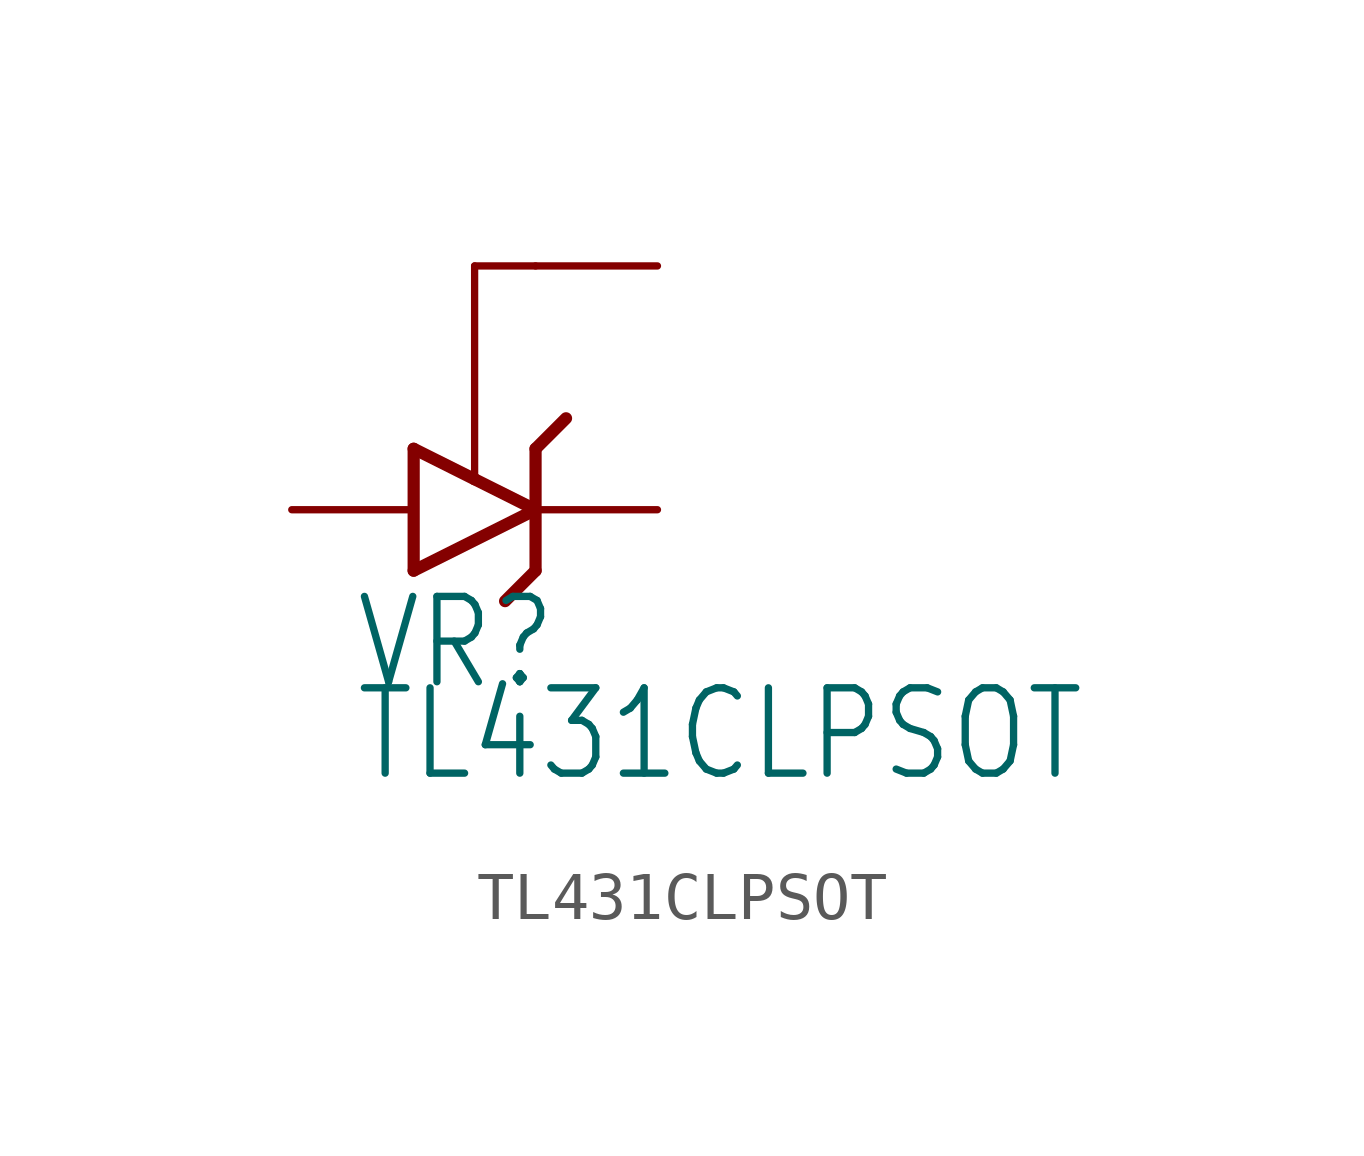
<source format=kicad_sym>
(kicad_symbol_lib
  (version 20211014)
  (generator kicad_symbol_editor)
  (symbol "TL431CLPSOT"
    (property "Reference" "VR"
      (at -3.81 -3.81 0)
      (effects (font (size 1.778 1.511)) (justify left bottom)))
    (property "Value" "TL431CLPSOT"
      (at -3.81 -5.715 0)
      (effects (font (size 1.778 1.511)) (justify left bottom)))
    (property "ki_locked" ""
      (at 0 0 0)
      (effects (font (size 1.27 1.27))))
    (symbol "TL431CLPSOT_1_0"
      (polyline (pts (xy -2.54 -1.27) (xy 0 0)) (stroke (width 0.254) (type default) (color 0 0 0 0)) (fill (type none)))
      (polyline (pts (xy -2.54 1.27) (xy -2.54 -1.27)) (stroke (width 0.254) (type default) (color 0 0 0 0)) (fill (type none)))
      (polyline (pts (xy -1.27 0.635) (xy -2.54 1.27)) (stroke (width 0.254) (type default) (color 0 0 0 0)) (fill (type none)))
      (polyline (pts (xy -1.27 5.08) (xy -1.27 0.635)) (stroke (width 0.152) (type default) (color 0 0 0 0)) (fill (type none)))
      (polyline (pts (xy 0 -1.27) (xy -0.635 -1.905)) (stroke (width 0.254) (type default) (color 0 0 0 0)) (fill (type none)))
      (polyline (pts (xy 0 0) (xy -1.27 0.635)) (stroke (width 0.254) (type default) (color 0 0 0 0)) (fill (type none)))
      (polyline (pts (xy 0 0) (xy 0 -1.27)) (stroke (width 0.254) (type default) (color 0 0 0 0)) (fill (type none)))
      (polyline (pts (xy 0 1.27) (xy 0 0)) (stroke (width 0.254) (type default) (color 0 0 0 0)) (fill (type none)))
      (polyline (pts (xy 0 1.27) (xy 0.635 1.905)) (stroke (width 0.254) (type default) (color 0 0 0 0)) (fill (type none)))
      (polyline (pts (xy 0 5.08) (xy -1.27 5.08)) (stroke (width 0.152) (type default) (color 0 0 0 0)) (fill (type none)))
      (pin passive line (at 2.54 0 180) (length 2.54) (name "C" (effects (font (size 0 0)))) (number "1" (effects (font (size 0 0)))))
      (pin passive line (at 2.54 5.08 180) (length 2.54) (name "R" (effects (font (size 0 0)))) (number "2" (effects (font (size 0 0)))))
      (pin passive line (at -5.08 0 0) (length 2.54) (name "A" (effects (font (size 0 0)))) (number "3" (effects (font (size 0 0))))))))
</source>
